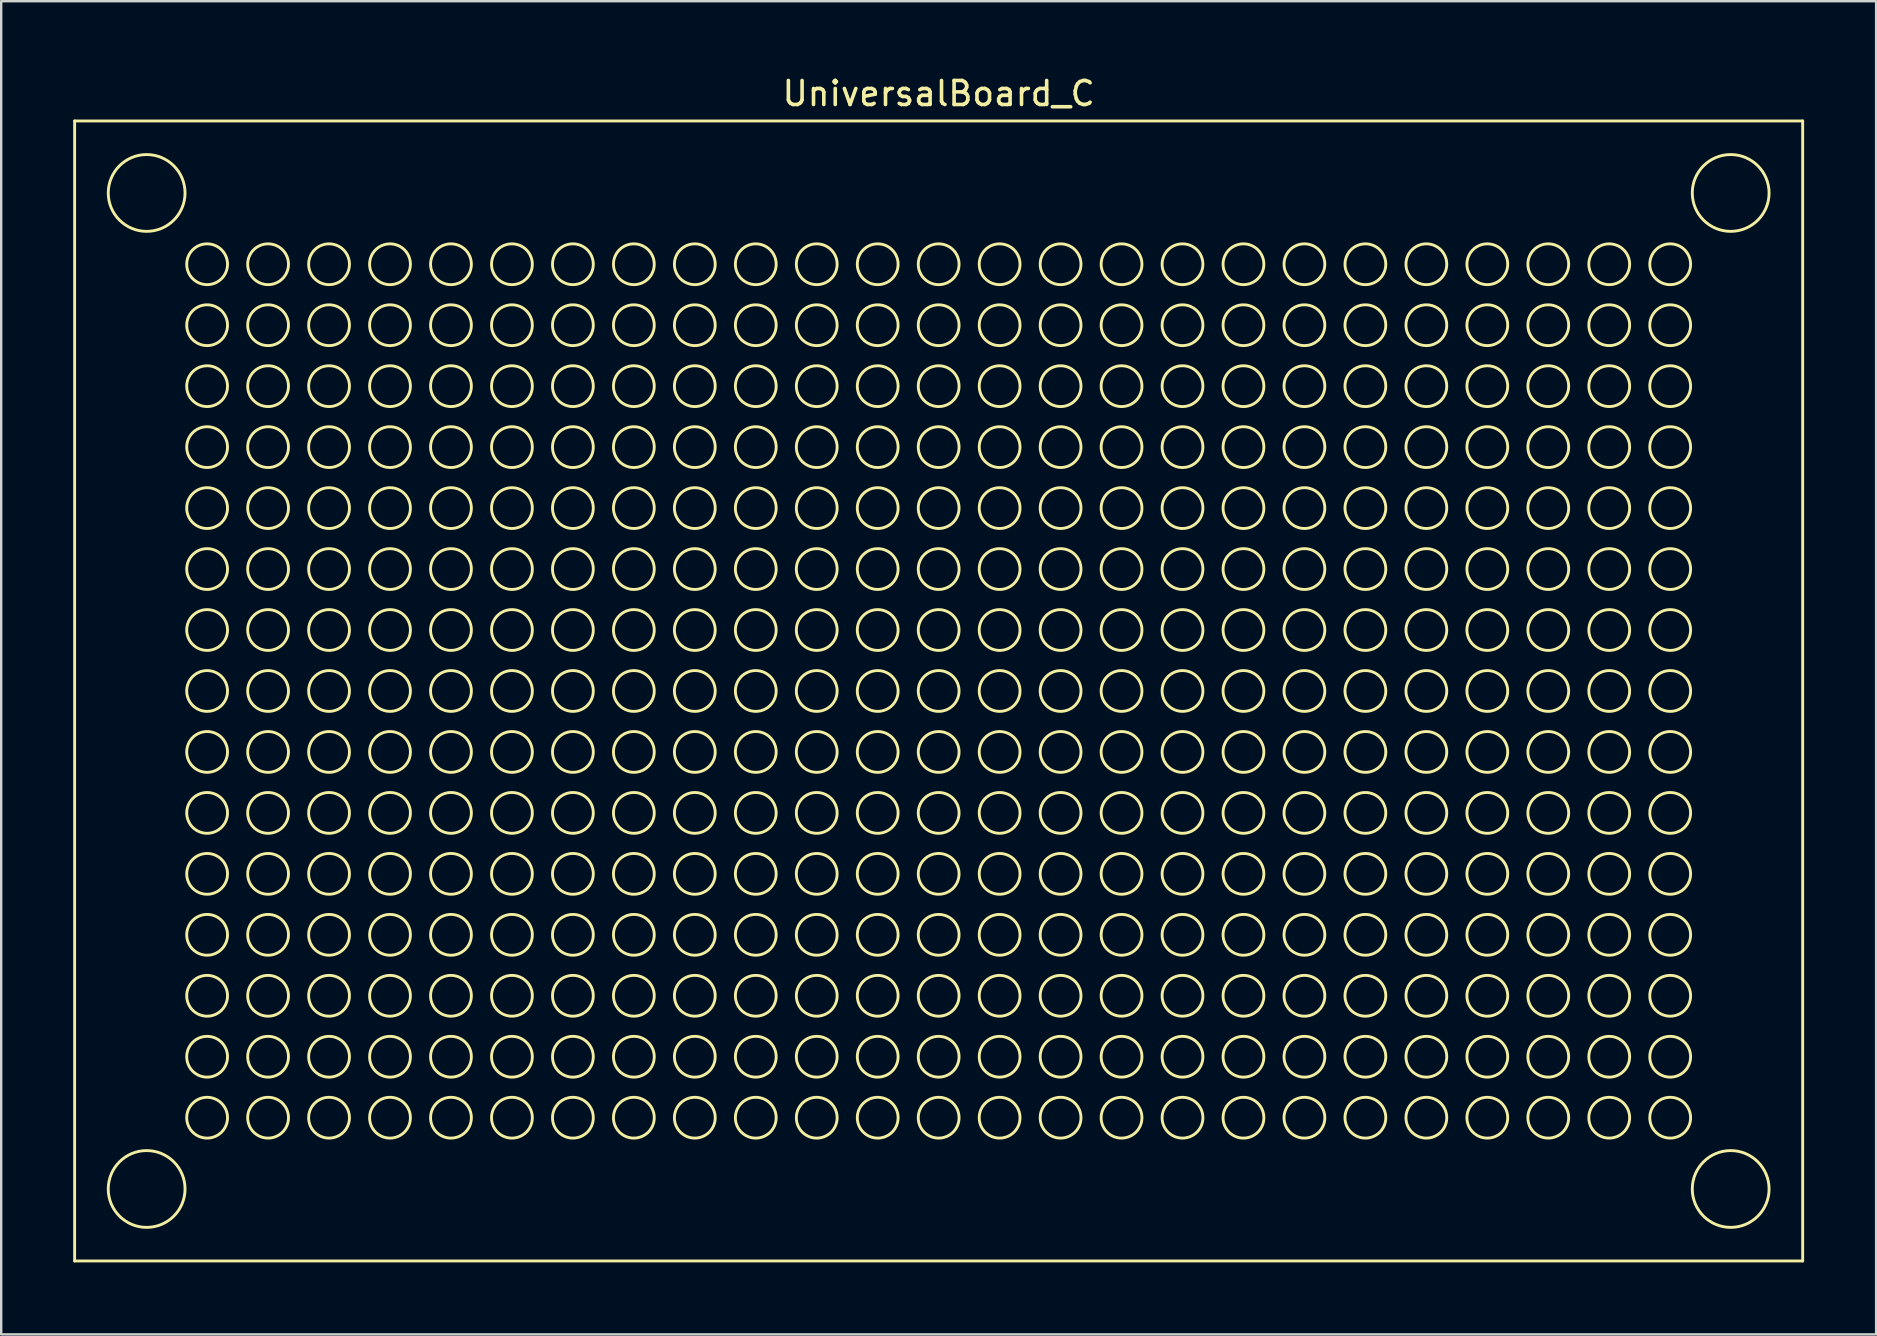
<source format=kicad_pcb>
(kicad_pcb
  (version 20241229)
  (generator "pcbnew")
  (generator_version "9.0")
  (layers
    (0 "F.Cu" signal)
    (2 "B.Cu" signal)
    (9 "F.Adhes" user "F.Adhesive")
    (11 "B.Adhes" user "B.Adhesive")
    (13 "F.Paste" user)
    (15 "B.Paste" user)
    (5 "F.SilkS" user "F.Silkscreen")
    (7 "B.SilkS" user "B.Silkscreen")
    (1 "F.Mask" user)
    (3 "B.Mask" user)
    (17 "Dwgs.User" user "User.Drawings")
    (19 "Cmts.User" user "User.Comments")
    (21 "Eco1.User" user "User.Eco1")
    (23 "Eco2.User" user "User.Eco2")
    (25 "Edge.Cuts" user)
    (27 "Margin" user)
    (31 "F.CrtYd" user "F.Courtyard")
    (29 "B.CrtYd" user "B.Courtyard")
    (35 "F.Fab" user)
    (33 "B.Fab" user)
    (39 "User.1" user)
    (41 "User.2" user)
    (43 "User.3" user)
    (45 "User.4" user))
  (footprint "UniversalBoard_C"
    (layer "F.Cu")
    (at 36.06 25.74)
    (property "Reference" "UniversalBoard_C" (at 0 -24.892 0) (layer "F.SilkS") (effects (font (size 1 1) (thickness 0.15))))
    (attr through_hole)
    (fp_line (start -36 -23.75) (end -36 23.75) (stroke (width 0.12) (type solid)) (layer "F.SilkS"))
    (fp_line (start -36 -23.75) (end 36 -23.75) (stroke (width 0.12) (type solid)) (layer "F.SilkS"))
    (fp_line (start -36 23.75) (end 36 23.75) (stroke (width 0.12) (type solid)) (layer "F.SilkS"))
    (fp_line (start 36 -23.75) (end 36 23.75) (stroke (width 0.12) (type solid)) (layer "F.SilkS"))
    (fp_circle (center -33 -20.75) (end -31.4 -20.75) (stroke (width 0.12) (type solid)) (fill no) (layer "F.SilkS"))
    (fp_circle (center -33 20.75) (end -31.4 20.75) (stroke (width 0.12) (type solid)) (fill no) (layer "F.SilkS"))
    (fp_circle (center -30.48 -17.78) (end -29.63 -17.78) (stroke (width 0.12) (type solid)) (fill no) (layer "F.SilkS"))
    (fp_circle (center -30.48 -15.24) (end -29.63 -15.24) (stroke (width 0.12) (type solid)) (fill no) (layer "F.SilkS"))
    (fp_circle (center -30.48 -12.7) (end -29.63 -12.7) (stroke (width 0.12) (type solid)) (fill no) (layer "F.SilkS"))
    (fp_circle (center -30.48 -10.16) (end -29.63 -10.16) (stroke (width 0.12) (type solid)) (fill no) (layer "F.SilkS"))
    (fp_circle (center -30.48 -7.62) (end -29.63 -7.62) (stroke (width 0.12) (type solid)) (fill no) (layer "F.SilkS"))
    (fp_circle (center -30.48 -5.08) (end -29.63 -5.08) (stroke (width 0.12) (type solid)) (fill no) (layer "F.SilkS"))
    (fp_circle (center -30.48 -2.54) (end -29.63 -2.54) (stroke (width 0.12) (type solid)) (fill no) (layer "F.SilkS"))
    (fp_circle (center -30.48 0) (end -29.63 0) (stroke (width 0.12) (type solid)) (fill no) (layer "F.SilkS"))
    (fp_circle (center -30.48 2.54) (end -29.63 2.54) (stroke (width 0.12) (type solid)) (fill no) (layer "F.SilkS"))
    (fp_circle (center -30.48 5.08) (end -29.63 5.08) (stroke (width 0.12) (type solid)) (fill no) (layer "F.SilkS"))
    (fp_circle (center -30.48 7.62) (end -29.63 7.62) (stroke (width 0.12) (type solid)) (fill no) (layer "F.SilkS"))
    (fp_circle (center -30.48 10.16) (end -29.63 10.16) (stroke (width 0.12) (type solid)) (fill no) (layer "F.SilkS"))
    (fp_circle (center -30.48 12.7) (end -29.63 12.7) (stroke (width 0.12) (type solid)) (fill no) (layer "F.SilkS"))
    (fp_circle (center -30.48 15.24) (end -29.63 15.24) (stroke (width 0.12) (type solid)) (fill no) (layer "F.SilkS"))
    (fp_circle (center -30.48 17.78) (end -29.63 17.78) (stroke (width 0.12) (type solid)) (fill no) (layer "F.SilkS"))
    (fp_circle (center -27.94 -17.78) (end -27.09 -17.78) (stroke (width 0.12) (type solid)) (fill no) (layer "F.SilkS"))
    (fp_circle (center -27.94 -15.24) (end -27.09 -15.24) (stroke (width 0.12) (type solid)) (fill no) (layer "F.SilkS"))
    (fp_circle (center -27.94 -12.7) (end -27.09 -12.7) (stroke (width 0.12) (type solid)) (fill no) (layer "F.SilkS"))
    (fp_circle (center -27.94 -10.16) (end -27.09 -10.16) (stroke (width 0.12) (type solid)) (fill no) (layer "F.SilkS"))
    (fp_circle (center -27.94 -7.62) (end -27.09 -7.62) (stroke (width 0.12) (type solid)) (fill no) (layer "F.SilkS"))
    (fp_circle (center -27.94 -5.08) (end -27.09 -5.08) (stroke (width 0.12) (type solid)) (fill no) (layer "F.SilkS"))
    (fp_circle (center -27.94 -2.54) (end -27.09 -2.54) (stroke (width 0.12) (type solid)) (fill no) (layer "F.SilkS"))
    (fp_circle (center -27.94 0) (end -27.09 0) (stroke (width 0.12) (type solid)) (fill no) (layer "F.SilkS"))
    (fp_circle (center -27.94 2.54) (end -27.09 2.54) (stroke (width 0.12) (type solid)) (fill no) (layer "F.SilkS"))
    (fp_circle (center -27.94 5.08) (end -27.09 5.08) (stroke (width 0.12) (type solid)) (fill no) (layer "F.SilkS"))
    (fp_circle (center -27.94 7.62) (end -27.09 7.62) (stroke (width 0.12) (type solid)) (fill no) (layer "F.SilkS"))
    (fp_circle (center -27.94 10.16) (end -27.09 10.16) (stroke (width 0.12) (type solid)) (fill no) (layer "F.SilkS"))
    (fp_circle (center -27.94 12.7) (end -27.09 12.7) (stroke (width 0.12) (type solid)) (fill no) (layer "F.SilkS"))
    (fp_circle (center -27.94 15.24) (end -27.09 15.24) (stroke (width 0.12) (type solid)) (fill no) (layer "F.SilkS"))
    (fp_circle (center -27.94 17.78) (end -27.09 17.78) (stroke (width 0.12) (type solid)) (fill no) (layer "F.SilkS"))
    (fp_circle (center -25.4 -17.78) (end -24.55 -17.78) (stroke (width 0.12) (type solid)) (fill no) (layer "F.SilkS"))
    (fp_circle (center -25.4 -15.24) (end -24.55 -15.24) (stroke (width 0.12) (type solid)) (fill no) (layer "F.SilkS"))
    (fp_circle (center -25.4 -12.7) (end -24.55 -12.7) (stroke (width 0.12) (type solid)) (fill no) (layer "F.SilkS"))
    (fp_circle (center -25.4 -10.16) (end -24.55 -10.16) (stroke (width 0.12) (type solid)) (fill no) (layer "F.SilkS"))
    (fp_circle (center -25.4 -7.62) (end -24.55 -7.62) (stroke (width 0.12) (type solid)) (fill no) (layer "F.SilkS"))
    (fp_circle (center -25.4 -5.08) (end -24.55 -5.08) (stroke (width 0.12) (type solid)) (fill no) (layer "F.SilkS"))
    (fp_circle (center -25.4 -2.54) (end -24.55 -2.54) (stroke (width 0.12) (type solid)) (fill no) (layer "F.SilkS"))
    (fp_circle (center -25.4 0) (end -24.55 0) (stroke (width 0.12) (type solid)) (fill no) (layer "F.SilkS"))
    (fp_circle (center -25.4 2.54) (end -24.55 2.54) (stroke (width 0.12) (type solid)) (fill no) (layer "F.SilkS"))
    (fp_circle (center -25.4 5.08) (end -24.55 5.08) (stroke (width 0.12) (type solid)) (fill no) (layer "F.SilkS"))
    (fp_circle (center -25.4 7.62) (end -24.55 7.62) (stroke (width 0.12) (type solid)) (fill no) (layer "F.SilkS"))
    (fp_circle (center -25.4 10.16) (end -24.55 10.16) (stroke (width 0.12) (type solid)) (fill no) (layer "F.SilkS"))
    (fp_circle (center -25.4 12.7) (end -24.55 12.7) (stroke (width 0.12) (type solid)) (fill no) (layer "F.SilkS"))
    (fp_circle (center -25.4 15.24) (end -24.55 15.24) (stroke (width 0.12) (type solid)) (fill no) (layer "F.SilkS"))
    (fp_circle (center -25.4 17.78) (end -24.55 17.78) (stroke (width 0.12) (type solid)) (fill no) (layer "F.SilkS"))
    (fp_circle (center -22.86 -17.78) (end -22.01 -17.78) (stroke (width 0.12) (type solid)) (fill no) (layer "F.SilkS"))
    (fp_circle (center -22.86 -15.24) (end -22.01 -15.24) (stroke (width 0.12) (type solid)) (fill no) (layer "F.SilkS"))
    (fp_circle (center -22.86 -12.7) (end -22.01 -12.7) (stroke (width 0.12) (type solid)) (fill no) (layer "F.SilkS"))
    (fp_circle (center -22.86 -10.16) (end -22.01 -10.16) (stroke (width 0.12) (type solid)) (fill no) (layer "F.SilkS"))
    (fp_circle (center -22.86 -7.62) (end -22.01 -7.62) (stroke (width 0.12) (type solid)) (fill no) (layer "F.SilkS"))
    (fp_circle (center -22.86 -5.08) (end -22.01 -5.08) (stroke (width 0.12) (type solid)) (fill no) (layer "F.SilkS"))
    (fp_circle (center -22.86 -2.54) (end -22.01 -2.54) (stroke (width 0.12) (type solid)) (fill no) (layer "F.SilkS"))
    (fp_circle (center -22.86 0) (end -22.01 0) (stroke (width 0.12) (type solid)) (fill no) (layer "F.SilkS"))
    (fp_circle (center -22.86 2.54) (end -22.01 2.54) (stroke (width 0.12) (type solid)) (fill no) (layer "F.SilkS"))
    (fp_circle (center -22.86 5.08) (end -22.01 5.08) (stroke (width 0.12) (type solid)) (fill no) (layer "F.SilkS"))
    (fp_circle (center -22.86 7.62) (end -22.01 7.62) (stroke (width 0.12) (type solid)) (fill no) (layer "F.SilkS"))
    (fp_circle (center -22.86 10.16) (end -22.01 10.16) (stroke (width 0.12) (type solid)) (fill no) (layer "F.SilkS"))
    (fp_circle (center -22.86 12.7) (end -22.01 12.7) (stroke (width 0.12) (type solid)) (fill no) (layer "F.SilkS"))
    (fp_circle (center -22.86 15.24) (end -22.01 15.24) (stroke (width 0.12) (type solid)) (fill no) (layer "F.SilkS"))
    (fp_circle (center -22.86 17.78) (end -22.01 17.78) (stroke (width 0.12) (type solid)) (fill no) (layer "F.SilkS"))
    (fp_circle (center -20.32 -17.78) (end -19.47 -17.78) (stroke (width 0.12) (type solid)) (fill no) (layer "F.SilkS"))
    (fp_circle (center -20.32 -15.24) (end -19.47 -15.24) (stroke (width 0.12) (type solid)) (fill no) (layer "F.SilkS"))
    (fp_circle (center -20.32 -12.7) (end -19.47 -12.7) (stroke (width 0.12) (type solid)) (fill no) (layer "F.SilkS"))
    (fp_circle (center -20.32 -10.16) (end -19.47 -10.16) (stroke (width 0.12) (type solid)) (fill no) (layer "F.SilkS"))
    (fp_circle (center -20.32 -7.62) (end -19.47 -7.62) (stroke (width 0.12) (type solid)) (fill no) (layer "F.SilkS"))
    (fp_circle (center -20.32 -5.08) (end -19.47 -5.08) (stroke (width 0.12) (type solid)) (fill no) (layer "F.SilkS"))
    (fp_circle (center -20.32 -2.54) (end -19.47 -2.54) (stroke (width 0.12) (type solid)) (fill no) (layer "F.SilkS"))
    (fp_circle (center -20.32 0) (end -19.47 0) (stroke (width 0.12) (type solid)) (fill no) (layer "F.SilkS"))
    (fp_circle (center -20.32 2.54) (end -19.47 2.54) (stroke (width 0.12) (type solid)) (fill no) (layer "F.SilkS"))
    (fp_circle (center -20.32 5.08) (end -19.47 5.08) (stroke (width 0.12) (type solid)) (fill no) (layer "F.SilkS"))
    (fp_circle (center -20.32 7.62) (end -19.47 7.62) (stroke (width 0.12) (type solid)) (fill no) (layer "F.SilkS"))
    (fp_circle (center -20.32 10.16) (end -19.47 10.16) (stroke (width 0.12) (type solid)) (fill no) (layer "F.SilkS"))
    (fp_circle (center -20.32 12.7) (end -19.47 12.7) (stroke (width 0.12) (type solid)) (fill no) (layer "F.SilkS"))
    (fp_circle (center -20.32 15.24) (end -19.47 15.24) (stroke (width 0.12) (type solid)) (fill no) (layer "F.SilkS"))
    (fp_circle (center -20.32 17.78) (end -19.47 17.78) (stroke (width 0.12) (type solid)) (fill no) (layer "F.SilkS"))
    (fp_circle (center -17.78 -17.78) (end -16.93 -17.78) (stroke (width 0.12) (type solid)) (fill no) (layer "F.SilkS"))
    (fp_circle (center -17.78 -15.24) (end -16.93 -15.24) (stroke (width 0.12) (type solid)) (fill no) (layer "F.SilkS"))
    (fp_circle (center -17.78 -12.7) (end -16.93 -12.7) (stroke (width 0.12) (type solid)) (fill no) (layer "F.SilkS"))
    (fp_circle (center -17.78 -10.16) (end -16.93 -10.16) (stroke (width 0.12) (type solid)) (fill no) (layer "F.SilkS"))
    (fp_circle (center -17.78 -7.62) (end -16.93 -7.62) (stroke (width 0.12) (type solid)) (fill no) (layer "F.SilkS"))
    (fp_circle (center -17.78 -5.08) (end -16.93 -5.08) (stroke (width 0.12) (type solid)) (fill no) (layer "F.SilkS"))
    (fp_circle (center -17.78 -2.54) (end -16.93 -2.54) (stroke (width 0.12) (type solid)) (fill no) (layer "F.SilkS"))
    (fp_circle (center -17.78 0) (end -16.93 0) (stroke (width 0.12) (type solid)) (fill no) (layer "F.SilkS"))
    (fp_circle (center -17.78 2.54) (end -16.93 2.54) (stroke (width 0.12) (type solid)) (fill no) (layer "F.SilkS"))
    (fp_circle (center -17.78 5.08) (end -16.93 5.08) (stroke (width 0.12) (type solid)) (fill no) (layer "F.SilkS"))
    (fp_circle (center -17.78 7.62) (end -16.93 7.62) (stroke (width 0.12) (type solid)) (fill no) (layer "F.SilkS"))
    (fp_circle (center -17.78 10.16) (end -16.93 10.16) (stroke (width 0.12) (type solid)) (fill no) (layer "F.SilkS"))
    (fp_circle (center -17.78 12.7) (end -16.93 12.7) (stroke (width 0.12) (type solid)) (fill no) (layer "F.SilkS"))
    (fp_circle (center -17.78 15.24) (end -16.93 15.24) (stroke (width 0.12) (type solid)) (fill no) (layer "F.SilkS"))
    (fp_circle (center -17.78 17.78) (end -16.93 17.78) (stroke (width 0.12) (type solid)) (fill no) (layer "F.SilkS"))
    (fp_circle (center -15.24 -17.78) (end -14.39 -17.78) (stroke (width 0.12) (type solid)) (fill no) (layer "F.SilkS"))
    (fp_circle (center -15.24 -15.24) (end -14.39 -15.24) (stroke (width 0.12) (type solid)) (fill no) (layer "F.SilkS"))
    (fp_circle (center -15.24 -12.7) (end -14.39 -12.7) (stroke (width 0.12) (type solid)) (fill no) (layer "F.SilkS"))
    (fp_circle (center -15.24 -10.16) (end -14.39 -10.16) (stroke (width 0.12) (type solid)) (fill no) (layer "F.SilkS"))
    (fp_circle (center -15.24 -7.62) (end -14.39 -7.62) (stroke (width 0.12) (type solid)) (fill no) (layer "F.SilkS"))
    (fp_circle (center -15.24 -5.08) (end -14.39 -5.08) (stroke (width 0.12) (type solid)) (fill no) (layer "F.SilkS"))
    (fp_circle (center -15.24 -2.54) (end -14.39 -2.54) (stroke (width 0.12) (type solid)) (fill no) (layer "F.SilkS"))
    (fp_circle (center -15.24 0) (end -14.39 0) (stroke (width 0.12) (type solid)) (fill no) (layer "F.SilkS"))
    (fp_circle (center -15.24 2.54) (end -14.39 2.54) (stroke (width 0.12) (type solid)) (fill no) (layer "F.SilkS"))
    (fp_circle (center -15.24 5.08) (end -14.39 5.08) (stroke (width 0.12) (type solid)) (fill no) (layer "F.SilkS"))
    (fp_circle (center -15.24 7.62) (end -14.39 7.62) (stroke (width 0.12) (type solid)) (fill no) (layer "F.SilkS"))
    (fp_circle (center -15.24 10.16) (end -14.39 10.16) (stroke (width 0.12) (type solid)) (fill no) (layer "F.SilkS"))
    (fp_circle (center -15.24 12.7) (end -14.39 12.7) (stroke (width 0.12) (type solid)) (fill no) (layer "F.SilkS"))
    (fp_circle (center -15.24 15.24) (end -14.39 15.24) (stroke (width 0.12) (type solid)) (fill no) (layer "F.SilkS"))
    (fp_circle (center -15.24 17.78) (end -14.39 17.78) (stroke (width 0.12) (type solid)) (fill no) (layer "F.SilkS"))
    (fp_circle (center -12.7 -17.78) (end -11.85 -17.78) (stroke (width 0.12) (type solid)) (fill no) (layer "F.SilkS"))
    (fp_circle (center -12.7 -15.24) (end -11.85 -15.24) (stroke (width 0.12) (type solid)) (fill no) (layer "F.SilkS"))
    (fp_circle (center -12.7 -12.7) (end -11.85 -12.7) (stroke (width 0.12) (type solid)) (fill no) (layer "F.SilkS"))
    (fp_circle (center -12.7 -10.16) (end -11.85 -10.16) (stroke (width 0.12) (type solid)) (fill no) (layer "F.SilkS"))
    (fp_circle (center -12.7 -7.62) (end -11.85 -7.62) (stroke (width 0.12) (type solid)) (fill no) (layer "F.SilkS"))
    (fp_circle (center -12.7 -5.08) (end -11.85 -5.08) (stroke (width 0.12) (type solid)) (fill no) (layer "F.SilkS"))
    (fp_circle (center -12.7 -2.54) (end -11.85 -2.54) (stroke (width 0.12) (type solid)) (fill no) (layer "F.SilkS"))
    (fp_circle (center -12.7 0) (end -11.85 0) (stroke (width 0.12) (type solid)) (fill no) (layer "F.SilkS"))
    (fp_circle (center -12.7 2.54) (end -11.85 2.54) (stroke (width 0.12) (type solid)) (fill no) (layer "F.SilkS"))
    (fp_circle (center -12.7 5.08) (end -11.85 5.08) (stroke (width 0.12) (type solid)) (fill no) (layer "F.SilkS"))
    (fp_circle (center -12.7 7.62) (end -11.85 7.62) (stroke (width 0.12) (type solid)) (fill no) (layer "F.SilkS"))
    (fp_circle (center -12.7 10.16) (end -11.85 10.16) (stroke (width 0.12) (type solid)) (fill no) (layer "F.SilkS"))
    (fp_circle (center -12.7 12.7) (end -11.85 12.7) (stroke (width 0.12) (type solid)) (fill no) (layer "F.SilkS"))
    (fp_circle (center -12.7 15.24) (end -11.85 15.24) (stroke (width 0.12) (type solid)) (fill no) (layer "F.SilkS"))
    (fp_circle (center -12.7 17.78) (end -11.85 17.78) (stroke (width 0.12) (type solid)) (fill no) (layer "F.SilkS"))
    (fp_circle (center -10.16 -17.78) (end -9.31 -17.78) (stroke (width 0.12) (type solid)) (fill no) (layer "F.SilkS"))
    (fp_circle (center -10.16 -15.24) (end -9.31 -15.24) (stroke (width 0.12) (type solid)) (fill no) (layer "F.SilkS"))
    (fp_circle (center -10.16 -12.7) (end -9.31 -12.7) (stroke (width 0.12) (type solid)) (fill no) (layer "F.SilkS"))
    (fp_circle (center -10.16 -10.16) (end -9.31 -10.16) (stroke (width 0.12) (type solid)) (fill no) (layer "F.SilkS"))
    (fp_circle (center -10.16 -7.62) (end -9.31 -7.62) (stroke (width 0.12) (type solid)) (fill no) (layer "F.SilkS"))
    (fp_circle (center -10.16 -5.08) (end -9.31 -5.08) (stroke (width 0.12) (type solid)) (fill no) (layer "F.SilkS"))
    (fp_circle (center -10.16 -2.54) (end -9.31 -2.54) (stroke (width 0.12) (type solid)) (fill no) (layer "F.SilkS"))
    (fp_circle (center -10.16 0) (end -9.31 0) (stroke (width 0.12) (type solid)) (fill no) (layer "F.SilkS"))
    (fp_circle (center -10.16 2.54) (end -9.31 2.54) (stroke (width 0.12) (type solid)) (fill no) (layer "F.SilkS"))
    (fp_circle (center -10.16 5.08) (end -9.31 5.08) (stroke (width 0.12) (type solid)) (fill no) (layer "F.SilkS"))
    (fp_circle (center -10.16 7.62) (end -9.31 7.62) (stroke (width 0.12) (type solid)) (fill no) (layer "F.SilkS"))
    (fp_circle (center -10.16 10.16) (end -9.31 10.16) (stroke (width 0.12) (type solid)) (fill no) (layer "F.SilkS"))
    (fp_circle (center -10.16 12.7) (end -9.31 12.7) (stroke (width 0.12) (type solid)) (fill no) (layer "F.SilkS"))
    (fp_circle (center -10.16 15.24) (end -9.31 15.24) (stroke (width 0.12) (type solid)) (fill no) (layer "F.SilkS"))
    (fp_circle (center -10.16 17.78) (end -9.31 17.78) (stroke (width 0.12) (type solid)) (fill no) (layer "F.SilkS"))
    (fp_circle (center -7.62 -17.78) (end -6.77 -17.78) (stroke (width 0.12) (type solid)) (fill no) (layer "F.SilkS"))
    (fp_circle (center -7.62 -15.24) (end -6.77 -15.24) (stroke (width 0.12) (type solid)) (fill no) (layer "F.SilkS"))
    (fp_circle (center -7.62 -12.7) (end -6.77 -12.7) (stroke (width 0.12) (type solid)) (fill no) (layer "F.SilkS"))
    (fp_circle (center -7.62 -10.16) (end -6.77 -10.16) (stroke (width 0.12) (type solid)) (fill no) (layer "F.SilkS"))
    (fp_circle (center -7.62 -7.62) (end -6.77 -7.62) (stroke (width 0.12) (type solid)) (fill no) (layer "F.SilkS"))
    (fp_circle (center -7.62 -5.08) (end -6.77 -5.08) (stroke (width 0.12) (type solid)) (fill no) (layer "F.SilkS"))
    (fp_circle (center -7.62 -2.54) (end -6.77 -2.54) (stroke (width 0.12) (type solid)) (fill no) (layer "F.SilkS"))
    (fp_circle (center -7.62 0) (end -6.77 0) (stroke (width 0.12) (type solid)) (fill no) (layer "F.SilkS"))
    (fp_circle (center -7.62 2.54) (end -6.77 2.54) (stroke (width 0.12) (type solid)) (fill no) (layer "F.SilkS"))
    (fp_circle (center -7.62 5.08) (end -6.77 5.08) (stroke (width 0.12) (type solid)) (fill no) (layer "F.SilkS"))
    (fp_circle (center -7.62 7.62) (end -6.77 7.62) (stroke (width 0.12) (type solid)) (fill no) (layer "F.SilkS"))
    (fp_circle (center -7.62 10.16) (end -6.77 10.16) (stroke (width 0.12) (type solid)) (fill no) (layer "F.SilkS"))
    (fp_circle (center -7.62 12.7) (end -6.77 12.7) (stroke (width 0.12) (type solid)) (fill no) (layer "F.SilkS"))
    (fp_circle (center -7.62 15.24) (end -6.77 15.24) (stroke (width 0.12) (type solid)) (fill no) (layer "F.SilkS"))
    (fp_circle (center -7.62 17.78) (end -6.77 17.78) (stroke (width 0.12) (type solid)) (fill no) (layer "F.SilkS"))
    (fp_circle (center -5.08 -17.78) (end -4.23 -17.78) (stroke (width 0.12) (type solid)) (fill no) (layer "F.SilkS"))
    (fp_circle (center -5.08 -15.24) (end -4.23 -15.24) (stroke (width 0.12) (type solid)) (fill no) (layer "F.SilkS"))
    (fp_circle (center -5.08 -12.7) (end -4.23 -12.7) (stroke (width 0.12) (type solid)) (fill no) (layer "F.SilkS"))
    (fp_circle (center -5.08 -10.16) (end -4.23 -10.16) (stroke (width 0.12) (type solid)) (fill no) (layer "F.SilkS"))
    (fp_circle (center -5.08 -7.62) (end -4.23 -7.62) (stroke (width 0.12) (type solid)) (fill no) (layer "F.SilkS"))
    (fp_circle (center -5.08 -5.08) (end -4.23 -5.08) (stroke (width 0.12) (type solid)) (fill no) (layer "F.SilkS"))
    (fp_circle (center -5.08 -2.54) (end -4.23 -2.54) (stroke (width 0.12) (type solid)) (fill no) (layer "F.SilkS"))
    (fp_circle (center -5.08 0) (end -4.23 0) (stroke (width 0.12) (type solid)) (fill no) (layer "F.SilkS"))
    (fp_circle (center -5.08 2.54) (end -4.23 2.54) (stroke (width 0.12) (type solid)) (fill no) (layer "F.SilkS"))
    (fp_circle (center -5.08 5.08) (end -4.23 5.08) (stroke (width 0.12) (type solid)) (fill no) (layer "F.SilkS"))
    (fp_circle (center -5.08 7.62) (end -4.23 7.62) (stroke (width 0.12) (type solid)) (fill no) (layer "F.SilkS"))
    (fp_circle (center -5.08 10.16) (end -4.23 10.16) (stroke (width 0.12) (type solid)) (fill no) (layer "F.SilkS"))
    (fp_circle (center -5.08 12.7) (end -4.23 12.7) (stroke (width 0.12) (type solid)) (fill no) (layer "F.SilkS"))
    (fp_circle (center -5.08 15.24) (end -4.23 15.24) (stroke (width 0.12) (type solid)) (fill no) (layer "F.SilkS"))
    (fp_circle (center -5.08 17.78) (end -4.23 17.78) (stroke (width 0.12) (type solid)) (fill no) (layer "F.SilkS"))
    (fp_circle (center -2.54 -17.78) (end -1.69 -17.78) (stroke (width 0.12) (type solid)) (fill no) (layer "F.SilkS"))
    (fp_circle (center -2.54 -15.24) (end -1.69 -15.24) (stroke (width 0.12) (type solid)) (fill no) (layer "F.SilkS"))
    (fp_circle (center -2.54 -12.7) (end -1.69 -12.7) (stroke (width 0.12) (type solid)) (fill no) (layer "F.SilkS"))
    (fp_circle (center -2.54 -10.16) (end -1.69 -10.16) (stroke (width 0.12) (type solid)) (fill no) (layer "F.SilkS"))
    (fp_circle (center -2.54 -7.62) (end -1.69 -7.62) (stroke (width 0.12) (type solid)) (fill no) (layer "F.SilkS"))
    (fp_circle (center -2.54 -5.08) (end -1.69 -5.08) (stroke (width 0.12) (type solid)) (fill no) (layer "F.SilkS"))
    (fp_circle (center -2.54 -2.54) (end -1.69 -2.54) (stroke (width 0.12) (type solid)) (fill no) (layer "F.SilkS"))
    (fp_circle (center -2.54 0) (end -1.69 0) (stroke (width 0.12) (type solid)) (fill no) (layer "F.SilkS"))
    (fp_circle (center -2.54 2.54) (end -1.69 2.54) (stroke (width 0.12) (type solid)) (fill no) (layer "F.SilkS"))
    (fp_circle (center -2.54 5.08) (end -1.69 5.08) (stroke (width 0.12) (type solid)) (fill no) (layer "F.SilkS"))
    (fp_circle (center -2.54 7.62) (end -1.69 7.62) (stroke (width 0.12) (type solid)) (fill no) (layer "F.SilkS"))
    (fp_circle (center -2.54 10.16) (end -1.69 10.16) (stroke (width 0.12) (type solid)) (fill no) (layer "F.SilkS"))
    (fp_circle (center -2.54 12.7) (end -1.69 12.7) (stroke (width 0.12) (type solid)) (fill no) (layer "F.SilkS"))
    (fp_circle (center -2.54 15.24) (end -1.69 15.24) (stroke (width 0.12) (type solid)) (fill no) (layer "F.SilkS"))
    (fp_circle (center -2.54 17.78) (end -1.69 17.78) (stroke (width 0.12) (type solid)) (fill no) (layer "F.SilkS"))
    (fp_circle (center 0 -17.78) (end 0.85 -17.78) (stroke (width 0.12) (type solid)) (fill no) (layer "F.SilkS"))
    (fp_circle (center 0 -15.24) (end 0.85 -15.24) (stroke (width 0.12) (type solid)) (fill no) (layer "F.SilkS"))
    (fp_circle (center 0 -12.7) (end 0.85 -12.7) (stroke (width 0.12) (type solid)) (fill no) (layer "F.SilkS"))
    (fp_circle (center 0 -10.16) (end 0.85 -10.16) (stroke (width 0.12) (type solid)) (fill no) (layer "F.SilkS"))
    (fp_circle (center 0 -7.62) (end 0.85 -7.62) (stroke (width 0.12) (type solid)) (fill no) (layer "F.SilkS"))
    (fp_circle (center 0 -5.08) (end 0.85 -5.08) (stroke (width 0.12) (type solid)) (fill no) (layer "F.SilkS"))
    (fp_circle (center 0 -2.54) (end 0.85 -2.54) (stroke (width 0.12) (type solid)) (fill no) (layer "F.SilkS"))
    (fp_circle (center 0 0) (end 0.85 0) (stroke (width 0.12) (type solid)) (fill no) (layer "F.SilkS"))
    (fp_circle (center 0 2.54) (end 0.85 2.54) (stroke (width 0.12) (type solid)) (fill no) (layer "F.SilkS"))
    (fp_circle (center 0 5.08) (end 0.85 5.08) (stroke (width 0.12) (type solid)) (fill no) (layer "F.SilkS"))
    (fp_circle (center 0 7.62) (end 0.85 7.62) (stroke (width 0.12) (type solid)) (fill no) (layer "F.SilkS"))
    (fp_circle (center 0 10.16) (end 0.85 10.16) (stroke (width 0.12) (type solid)) (fill no) (layer "F.SilkS"))
    (fp_circle (center 0 12.7) (end 0.85 12.7) (stroke (width 0.12) (type solid)) (fill no) (layer "F.SilkS"))
    (fp_circle (center 0 15.24) (end 0.85 15.24) (stroke (width 0.12) (type solid)) (fill no) (layer "F.SilkS"))
    (fp_circle (center 0 17.78) (end 0.85 17.78) (stroke (width 0.12) (type solid)) (fill no) (layer "F.SilkS"))
    (fp_circle (center 2.54 -17.78) (end 3.39 -17.78) (stroke (width 0.12) (type solid)) (fill no) (layer "F.SilkS"))
    (fp_circle (center 2.54 -15.24) (end 3.39 -15.24) (stroke (width 0.12) (type solid)) (fill no) (layer "F.SilkS"))
    (fp_circle (center 2.54 -12.7) (end 3.39 -12.7) (stroke (width 0.12) (type solid)) (fill no) (layer "F.SilkS"))
    (fp_circle (center 2.54 -10.16) (end 3.39 -10.16) (stroke (width 0.12) (type solid)) (fill no) (layer "F.SilkS"))
    (fp_circle (center 2.54 -7.62) (end 3.39 -7.62) (stroke (width 0.12) (type solid)) (fill no) (layer "F.SilkS"))
    (fp_circle (center 2.54 -5.08) (end 3.39 -5.08) (stroke (width 0.12) (type solid)) (fill no) (layer "F.SilkS"))
    (fp_circle (center 2.54 -2.54) (end 3.39 -2.54) (stroke (width 0.12) (type solid)) (fill no) (layer "F.SilkS"))
    (fp_circle (center 2.54 0) (end 3.39 0) (stroke (width 0.12) (type solid)) (fill no) (layer "F.SilkS"))
    (fp_circle (center 2.54 2.54) (end 3.39 2.54) (stroke (width 0.12) (type solid)) (fill no) (layer "F.SilkS"))
    (fp_circle (center 2.54 5.08) (end 3.39 5.08) (stroke (width 0.12) (type solid)) (fill no) (layer "F.SilkS"))
    (fp_circle (center 2.54 7.62) (end 3.39 7.62) (stroke (width 0.12) (type solid)) (fill no) (layer "F.SilkS"))
    (fp_circle (center 2.54 10.16) (end 3.39 10.16) (stroke (width 0.12) (type solid)) (fill no) (layer "F.SilkS"))
    (fp_circle (center 2.54 12.7) (end 3.39 12.7) (stroke (width 0.12) (type solid)) (fill no) (layer "F.SilkS"))
    (fp_circle (center 2.54 15.24) (end 3.39 15.24) (stroke (width 0.12) (type solid)) (fill no) (layer "F.SilkS"))
    (fp_circle (center 2.54 17.78) (end 3.39 17.78) (stroke (width 0.12) (type solid)) (fill no) (layer "F.SilkS"))
    (fp_circle (center 5.08 -17.78) (end 5.93 -17.78) (stroke (width 0.12) (type solid)) (fill no) (layer "F.SilkS"))
    (fp_circle (center 5.08 -15.24) (end 5.93 -15.24) (stroke (width 0.12) (type solid)) (fill no) (layer "F.SilkS"))
    (fp_circle (center 5.08 -12.7) (end 5.93 -12.7) (stroke (width 0.12) (type solid)) (fill no) (layer "F.SilkS"))
    (fp_circle (center 5.08 -10.16) (end 5.93 -10.16) (stroke (width 0.12) (type solid)) (fill no) (layer "F.SilkS"))
    (fp_circle (center 5.08 -7.62) (end 5.93 -7.62) (stroke (width 0.12) (type solid)) (fill no) (layer "F.SilkS"))
    (fp_circle (center 5.08 -5.08) (end 5.93 -5.08) (stroke (width 0.12) (type solid)) (fill no) (layer "F.SilkS"))
    (fp_circle (center 5.08 -2.54) (end 5.93 -2.54) (stroke (width 0.12) (type solid)) (fill no) (layer "F.SilkS"))
    (fp_circle (center 5.08 0) (end 5.93 0) (stroke (width 0.12) (type solid)) (fill no) (layer "F.SilkS"))
    (fp_circle (center 5.08 2.54) (end 5.93 2.54) (stroke (width 0.12) (type solid)) (fill no) (layer "F.SilkS"))
    (fp_circle (center 5.08 5.08) (end 5.93 5.08) (stroke (width 0.12) (type solid)) (fill no) (layer "F.SilkS"))
    (fp_circle (center 5.08 7.62) (end 5.93 7.62) (stroke (width 0.12) (type solid)) (fill no) (layer "F.SilkS"))
    (fp_circle (center 5.08 10.16) (end 5.93 10.16) (stroke (width 0.12) (type solid)) (fill no) (layer "F.SilkS"))
    (fp_circle (center 5.08 12.7) (end 5.93 12.7) (stroke (width 0.12) (type solid)) (fill no) (layer "F.SilkS"))
    (fp_circle (center 5.08 15.24) (end 5.93 15.24) (stroke (width 0.12) (type solid)) (fill no) (layer "F.SilkS"))
    (fp_circle (center 5.08 17.78) (end 5.93 17.78) (stroke (width 0.12) (type solid)) (fill no) (layer "F.SilkS"))
    (fp_circle (center 7.62 -17.78) (end 8.47 -17.78) (stroke (width 0.12) (type solid)) (fill no) (layer "F.SilkS"))
    (fp_circle (center 7.62 -15.24) (end 8.47 -15.24) (stroke (width 0.12) (type solid)) (fill no) (layer "F.SilkS"))
    (fp_circle (center 7.62 -12.7) (end 8.47 -12.7) (stroke (width 0.12) (type solid)) (fill no) (layer "F.SilkS"))
    (fp_circle (center 7.62 -10.16) (end 8.47 -10.16) (stroke (width 0.12) (type solid)) (fill no) (layer "F.SilkS"))
    (fp_circle (center 7.62 -7.62) (end 8.47 -7.62) (stroke (width 0.12) (type solid)) (fill no) (layer "F.SilkS"))
    (fp_circle (center 7.62 -5.08) (end 8.47 -5.08) (stroke (width 0.12) (type solid)) (fill no) (layer "F.SilkS"))
    (fp_circle (center 7.62 -2.54) (end 8.47 -2.54) (stroke (width 0.12) (type solid)) (fill no) (layer "F.SilkS"))
    (fp_circle (center 7.62 0) (end 8.47 0) (stroke (width 0.12) (type solid)) (fill no) (layer "F.SilkS"))
    (fp_circle (center 7.62 2.54) (end 8.47 2.54) (stroke (width 0.12) (type solid)) (fill no) (layer "F.SilkS"))
    (fp_circle (center 7.62 5.08) (end 8.47 5.08) (stroke (width 0.12) (type solid)) (fill no) (layer "F.SilkS"))
    (fp_circle (center 7.62 7.62) (end 8.47 7.62) (stroke (width 0.12) (type solid)) (fill no) (layer "F.SilkS"))
    (fp_circle (center 7.62 10.16) (end 8.47 10.16) (stroke (width 0.12) (type solid)) (fill no) (layer "F.SilkS"))
    (fp_circle (center 7.62 12.7) (end 8.47 12.7) (stroke (width 0.12) (type solid)) (fill no) (layer "F.SilkS"))
    (fp_circle (center 7.62 15.24) (end 8.47 15.24) (stroke (width 0.12) (type solid)) (fill no) (layer "F.SilkS"))
    (fp_circle (center 7.62 17.78) (end 8.47 17.78) (stroke (width 0.12) (type solid)) (fill no) (layer "F.SilkS"))
    (fp_circle (center 10.16 -17.78) (end 11.01 -17.78) (stroke (width 0.12) (type solid)) (fill no) (layer "F.SilkS"))
    (fp_circle (center 10.16 -15.24) (end 11.01 -15.24) (stroke (width 0.12) (type solid)) (fill no) (layer "F.SilkS"))
    (fp_circle (center 10.16 -12.7) (end 11.01 -12.7) (stroke (width 0.12) (type solid)) (fill no) (layer "F.SilkS"))
    (fp_circle (center 10.16 -10.16) (end 11.01 -10.16) (stroke (width 0.12) (type solid)) (fill no) (layer "F.SilkS"))
    (fp_circle (center 10.16 -7.62) (end 11.01 -7.62) (stroke (width 0.12) (type solid)) (fill no) (layer "F.SilkS"))
    (fp_circle (center 10.16 -5.08) (end 11.01 -5.08) (stroke (width 0.12) (type solid)) (fill no) (layer "F.SilkS"))
    (fp_circle (center 10.16 -2.54) (end 11.01 -2.54) (stroke (width 0.12) (type solid)) (fill no) (layer "F.SilkS"))
    (fp_circle (center 10.16 0) (end 11.01 0) (stroke (width 0.12) (type solid)) (fill no) (layer "F.SilkS"))
    (fp_circle (center 10.16 2.54) (end 11.01 2.54) (stroke (width 0.12) (type solid)) (fill no) (layer "F.SilkS"))
    (fp_circle (center 10.16 5.08) (end 11.01 5.08) (stroke (width 0.12) (type solid)) (fill no) (layer "F.SilkS"))
    (fp_circle (center 10.16 7.62) (end 11.01 7.62) (stroke (width 0.12) (type solid)) (fill no) (layer "F.SilkS"))
    (fp_circle (center 10.16 10.16) (end 11.01 10.16) (stroke (width 0.12) (type solid)) (fill no) (layer "F.SilkS"))
    (fp_circle (center 10.16 12.7) (end 11.01 12.7) (stroke (width 0.12) (type solid)) (fill no) (layer "F.SilkS"))
    (fp_circle (center 10.16 15.24) (end 11.01 15.24) (stroke (width 0.12) (type solid)) (fill no) (layer "F.SilkS"))
    (fp_circle (center 10.16 17.78) (end 11.01 17.78) (stroke (width 0.12) (type solid)) (fill no) (layer "F.SilkS"))
    (fp_circle (center 12.7 -17.78) (end 13.55 -17.78) (stroke (width 0.12) (type solid)) (fill no) (layer "F.SilkS"))
    (fp_circle (center 12.7 -15.24) (end 13.55 -15.24) (stroke (width 0.12) (type solid)) (fill no) (layer "F.SilkS"))
    (fp_circle (center 12.7 -12.7) (end 13.55 -12.7) (stroke (width 0.12) (type solid)) (fill no) (layer "F.SilkS"))
    (fp_circle (center 12.7 -10.16) (end 13.55 -10.16) (stroke (width 0.12) (type solid)) (fill no) (layer "F.SilkS"))
    (fp_circle (center 12.7 -7.62) (end 13.55 -7.62) (stroke (width 0.12) (type solid)) (fill no) (layer "F.SilkS"))
    (fp_circle (center 12.7 -5.08) (end 13.55 -5.08) (stroke (width 0.12) (type solid)) (fill no) (layer "F.SilkS"))
    (fp_circle (center 12.7 -2.54) (end 13.55 -2.54) (stroke (width 0.12) (type solid)) (fill no) (layer "F.SilkS"))
    (fp_circle (center 12.7 0) (end 13.55 0) (stroke (width 0.12) (type solid)) (fill no) (layer "F.SilkS"))
    (fp_circle (center 12.7 2.54) (end 13.55 2.54) (stroke (width 0.12) (type solid)) (fill no) (layer "F.SilkS"))
    (fp_circle (center 12.7 5.08) (end 13.55 5.08) (stroke (width 0.12) (type solid)) (fill no) (layer "F.SilkS"))
    (fp_circle (center 12.7 7.62) (end 13.55 7.62) (stroke (width 0.12) (type solid)) (fill no) (layer "F.SilkS"))
    (fp_circle (center 12.7 10.16) (end 13.55 10.16) (stroke (width 0.12) (type solid)) (fill no) (layer "F.SilkS"))
    (fp_circle (center 12.7 12.7) (end 13.55 12.7) (stroke (width 0.12) (type solid)) (fill no) (layer "F.SilkS"))
    (fp_circle (center 12.7 15.24) (end 13.55 15.24) (stroke (width 0.12) (type solid)) (fill no) (layer "F.SilkS"))
    (fp_circle (center 12.7 17.78) (end 13.55 17.78) (stroke (width 0.12) (type solid)) (fill no) (layer "F.SilkS"))
    (fp_circle (center 15.24 -17.78) (end 16.09 -17.78) (stroke (width 0.12) (type solid)) (fill no) (layer "F.SilkS"))
    (fp_circle (center 15.24 -15.24) (end 16.09 -15.24) (stroke (width 0.12) (type solid)) (fill no) (layer "F.SilkS"))
    (fp_circle (center 15.24 -12.7) (end 16.09 -12.7) (stroke (width 0.12) (type solid)) (fill no) (layer "F.SilkS"))
    (fp_circle (center 15.24 -10.16) (end 16.09 -10.16) (stroke (width 0.12) (type solid)) (fill no) (layer "F.SilkS"))
    (fp_circle (center 15.24 -7.62) (end 16.09 -7.62) (stroke (width 0.12) (type solid)) (fill no) (layer "F.SilkS"))
    (fp_circle (center 15.24 -5.08) (end 16.09 -5.08) (stroke (width 0.12) (type solid)) (fill no) (layer "F.SilkS"))
    (fp_circle (center 15.24 -2.54) (end 16.09 -2.54) (stroke (width 0.12) (type solid)) (fill no) (layer "F.SilkS"))
    (fp_circle (center 15.24 0) (end 16.09 0) (stroke (width 0.12) (type solid)) (fill no) (layer "F.SilkS"))
    (fp_circle (center 15.24 2.54) (end 16.09 2.54) (stroke (width 0.12) (type solid)) (fill no) (layer "F.SilkS"))
    (fp_circle (center 15.24 5.08) (end 16.09 5.08) (stroke (width 0.12) (type solid)) (fill no) (layer "F.SilkS"))
    (fp_circle (center 15.24 7.62) (end 16.09 7.62) (stroke (width 0.12) (type solid)) (fill no) (layer "F.SilkS"))
    (fp_circle (center 15.24 10.16) (end 16.09 10.16) (stroke (width 0.12) (type solid)) (fill no) (layer "F.SilkS"))
    (fp_circle (center 15.24 12.7) (end 16.09 12.7) (stroke (width 0.12) (type solid)) (fill no) (layer "F.SilkS"))
    (fp_circle (center 15.24 15.24) (end 16.09 15.24) (stroke (width 0.12) (type solid)) (fill no) (layer "F.SilkS"))
    (fp_circle (center 15.24 17.78) (end 16.09 17.78) (stroke (width 0.12) (type solid)) (fill no) (layer "F.SilkS"))
    (fp_circle (center 17.78 -17.78) (end 18.63 -17.78) (stroke (width 0.12) (type solid)) (fill no) (layer "F.SilkS"))
    (fp_circle (center 17.78 -15.24) (end 18.63 -15.24) (stroke (width 0.12) (type solid)) (fill no) (layer "F.SilkS"))
    (fp_circle (center 17.78 -12.7) (end 18.63 -12.7) (stroke (width 0.12) (type solid)) (fill no) (layer "F.SilkS"))
    (fp_circle (center 17.78 -10.16) (end 18.63 -10.16) (stroke (width 0.12) (type solid)) (fill no) (layer "F.SilkS"))
    (fp_circle (center 17.78 -7.62) (end 18.63 -7.62) (stroke (width 0.12) (type solid)) (fill no) (layer "F.SilkS"))
    (fp_circle (center 17.78 -5.08) (end 18.63 -5.08) (stroke (width 0.12) (type solid)) (fill no) (layer "F.SilkS"))
    (fp_circle (center 17.78 -2.54) (end 18.63 -2.54) (stroke (width 0.12) (type solid)) (fill no) (layer "F.SilkS"))
    (fp_circle (center 17.78 0) (end 18.63 0) (stroke (width 0.12) (type solid)) (fill no) (layer "F.SilkS"))
    (fp_circle (center 17.78 2.54) (end 18.63 2.54) (stroke (width 0.12) (type solid)) (fill no) (layer "F.SilkS"))
    (fp_circle (center 17.78 5.08) (end 18.63 5.08) (stroke (width 0.12) (type solid)) (fill no) (layer "F.SilkS"))
    (fp_circle (center 17.78 7.62) (end 18.63 7.62) (stroke (width 0.12) (type solid)) (fill no) (layer "F.SilkS"))
    (fp_circle (center 17.78 10.16) (end 18.63 10.16) (stroke (width 0.12) (type solid)) (fill no) (layer "F.SilkS"))
    (fp_circle (center 17.78 12.7) (end 18.63 12.7) (stroke (width 0.12) (type solid)) (fill no) (layer "F.SilkS"))
    (fp_circle (center 17.78 15.24) (end 18.63 15.24) (stroke (width 0.12) (type solid)) (fill no) (layer "F.SilkS"))
    (fp_circle (center 17.78 17.78) (end 18.63 17.78) (stroke (width 0.12) (type solid)) (fill no) (layer "F.SilkS"))
    (fp_circle (center 20.32 -17.78) (end 21.17 -17.78) (stroke (width 0.12) (type solid)) (fill no) (layer "F.SilkS"))
    (fp_circle (center 20.32 -15.24) (end 21.17 -15.24) (stroke (width 0.12) (type solid)) (fill no) (layer "F.SilkS"))
    (fp_circle (center 20.32 -12.7) (end 21.17 -12.7) (stroke (width 0.12) (type solid)) (fill no) (layer "F.SilkS"))
    (fp_circle (center 20.32 -10.16) (end 21.17 -10.16) (stroke (width 0.12) (type solid)) (fill no) (layer "F.SilkS"))
    (fp_circle (center 20.32 -7.62) (end 21.17 -7.62) (stroke (width 0.12) (type solid)) (fill no) (layer "F.SilkS"))
    (fp_circle (center 20.32 -5.08) (end 21.17 -5.08) (stroke (width 0.12) (type solid)) (fill no) (layer "F.SilkS"))
    (fp_circle (center 20.32 -2.54) (end 21.17 -2.54) (stroke (width 0.12) (type solid)) (fill no) (layer "F.SilkS"))
    (fp_circle (center 20.32 0) (end 21.17 0) (stroke (width 0.12) (type solid)) (fill no) (layer "F.SilkS"))
    (fp_circle (center 20.32 2.54) (end 21.17 2.54) (stroke (width 0.12) (type solid)) (fill no) (layer "F.SilkS"))
    (fp_circle (center 20.32 5.08) (end 21.17 5.08) (stroke (width 0.12) (type solid)) (fill no) (layer "F.SilkS"))
    (fp_circle (center 20.32 7.62) (end 21.17 7.62) (stroke (width 0.12) (type solid)) (fill no) (layer "F.SilkS"))
    (fp_circle (center 20.32 10.16) (end 21.17 10.16) (stroke (width 0.12) (type solid)) (fill no) (layer "F.SilkS"))
    (fp_circle (center 20.32 12.7) (end 21.17 12.7) (stroke (width 0.12) (type solid)) (fill no) (layer "F.SilkS"))
    (fp_circle (center 20.32 15.24) (end 21.17 15.24) (stroke (width 0.12) (type solid)) (fill no) (layer "F.SilkS"))
    (fp_circle (center 20.32 17.78) (end 21.17 17.78) (stroke (width 0.12) (type solid)) (fill no) (layer "F.SilkS"))
    (fp_circle (center 22.86 -17.78) (end 23.71 -17.78) (stroke (width 0.12) (type solid)) (fill no) (layer "F.SilkS"))
    (fp_circle (center 22.86 -15.24) (end 23.71 -15.24) (stroke (width 0.12) (type solid)) (fill no) (layer "F.SilkS"))
    (fp_circle (center 22.86 -12.7) (end 23.71 -12.7) (stroke (width 0.12) (type solid)) (fill no) (layer "F.SilkS"))
    (fp_circle (center 22.86 -10.16) (end 23.71 -10.16) (stroke (width 0.12) (type solid)) (fill no) (layer "F.SilkS"))
    (fp_circle (center 22.86 -7.62) (end 23.71 -7.62) (stroke (width 0.12) (type solid)) (fill no) (layer "F.SilkS"))
    (fp_circle (center 22.86 -5.08) (end 23.71 -5.08) (stroke (width 0.12) (type solid)) (fill no) (layer "F.SilkS"))
    (fp_circle (center 22.86 -2.54) (end 23.71 -2.54) (stroke (width 0.12) (type solid)) (fill no) (layer "F.SilkS"))
    (fp_circle (center 22.86 0) (end 23.71 0) (stroke (width 0.12) (type solid)) (fill no) (layer "F.SilkS"))
    (fp_circle (center 22.86 2.54) (end 23.71 2.54) (stroke (width 0.12) (type solid)) (fill no) (layer "F.SilkS"))
    (fp_circle (center 22.86 5.08) (end 23.71 5.08) (stroke (width 0.12) (type solid)) (fill no) (layer "F.SilkS"))
    (fp_circle (center 22.86 7.62) (end 23.71 7.62) (stroke (width 0.12) (type solid)) (fill no) (layer "F.SilkS"))
    (fp_circle (center 22.86 10.16) (end 23.71 10.16) (stroke (width 0.12) (type solid)) (fill no) (layer "F.SilkS"))
    (fp_circle (center 22.86 12.7) (end 23.71 12.7) (stroke (width 0.12) (type solid)) (fill no) (layer "F.SilkS"))
    (fp_circle (center 22.86 15.24) (end 23.71 15.24) (stroke (width 0.12) (type solid)) (fill no) (layer "F.SilkS"))
    (fp_circle (center 22.86 17.78) (end 23.71 17.78) (stroke (width 0.12) (type solid)) (fill no) (layer "F.SilkS"))
    (fp_circle (center 25.4 -17.78) (end 26.25 -17.78) (stroke (width 0.12) (type solid)) (fill no) (layer "F.SilkS"))
    (fp_circle (center 25.4 -15.24) (end 26.25 -15.24) (stroke (width 0.12) (type solid)) (fill no) (layer "F.SilkS"))
    (fp_circle (center 25.4 -12.7) (end 26.25 -12.7) (stroke (width 0.12) (type solid)) (fill no) (layer "F.SilkS"))
    (fp_circle (center 25.4 -10.16) (end 26.25 -10.16) (stroke (width 0.12) (type solid)) (fill no) (layer "F.SilkS"))
    (fp_circle (center 25.4 -7.62) (end 26.25 -7.62) (stroke (width 0.12) (type solid)) (fill no) (layer "F.SilkS"))
    (fp_circle (center 25.4 -5.08) (end 26.25 -5.08) (stroke (width 0.12) (type solid)) (fill no) (layer "F.SilkS"))
    (fp_circle (center 25.4 -2.54) (end 26.25 -2.54) (stroke (width 0.12) (type solid)) (fill no) (layer "F.SilkS"))
    (fp_circle (center 25.4 0) (end 26.25 0) (stroke (width 0.12) (type solid)) (fill no) (layer "F.SilkS"))
    (fp_circle (center 25.4 2.54) (end 26.25 2.54) (stroke (width 0.12) (type solid)) (fill no) (layer "F.SilkS"))
    (fp_circle (center 25.4 5.08) (end 26.25 5.08) (stroke (width 0.12) (type solid)) (fill no) (layer "F.SilkS"))
    (fp_circle (center 25.4 7.62) (end 26.25 7.62) (stroke (width 0.12) (type solid)) (fill no) (layer "F.SilkS"))
    (fp_circle (center 25.4 10.16) (end 26.25 10.16) (stroke (width 0.12) (type solid)) (fill no) (layer "F.SilkS"))
    (fp_circle (center 25.4 12.7) (end 26.25 12.7) (stroke (width 0.12) (type solid)) (fill no) (layer "F.SilkS"))
    (fp_circle (center 25.4 15.24) (end 26.25 15.24) (stroke (width 0.12) (type solid)) (fill no) (layer "F.SilkS"))
    (fp_circle (center 25.4 17.78) (end 26.25 17.78) (stroke (width 0.12) (type solid)) (fill no) (layer "F.SilkS"))
    (fp_circle (center 27.94 -17.78) (end 28.79 -17.78) (stroke (width 0.12) (type solid)) (fill no) (layer "F.SilkS"))
    (fp_circle (center 27.94 -15.24) (end 28.79 -15.24) (stroke (width 0.12) (type solid)) (fill no) (layer "F.SilkS"))
    (fp_circle (center 27.94 -12.7) (end 28.79 -12.7) (stroke (width 0.12) (type solid)) (fill no) (layer "F.SilkS"))
    (fp_circle (center 27.94 -10.16) (end 28.79 -10.16) (stroke (width 0.12) (type solid)) (fill no) (layer "F.SilkS"))
    (fp_circle (center 27.94 -7.62) (end 28.79 -7.62) (stroke (width 0.12) (type solid)) (fill no) (layer "F.SilkS"))
    (fp_circle (center 27.94 -5.08) (end 28.79 -5.08) (stroke (width 0.12) (type solid)) (fill no) (layer "F.SilkS"))
    (fp_circle (center 27.94 -2.54) (end 28.79 -2.54) (stroke (width 0.12) (type solid)) (fill no) (layer "F.SilkS"))
    (fp_circle (center 27.94 0) (end 28.79 0) (stroke (width 0.12) (type solid)) (fill no) (layer "F.SilkS"))
    (fp_circle (center 27.94 2.54) (end 28.79 2.54) (stroke (width 0.12) (type solid)) (fill no) (layer "F.SilkS"))
    (fp_circle (center 27.94 5.08) (end 28.79 5.08) (stroke (width 0.12) (type solid)) (fill no) (layer "F.SilkS"))
    (fp_circle (center 27.94 7.62) (end 28.79 7.62) (stroke (width 0.12) (type solid)) (fill no) (layer "F.SilkS"))
    (fp_circle (center 27.94 10.16) (end 28.79 10.16) (stroke (width 0.12) (type solid)) (fill no) (layer "F.SilkS"))
    (fp_circle (center 27.94 12.7) (end 28.79 12.7) (stroke (width 0.12) (type solid)) (fill no) (layer "F.SilkS"))
    (fp_circle (center 27.94 15.24) (end 28.79 15.24) (stroke (width 0.12) (type solid)) (fill no) (layer "F.SilkS"))
    (fp_circle (center 27.94 17.78) (end 28.79 17.78) (stroke (width 0.12) (type solid)) (fill no) (layer "F.SilkS"))
    (fp_circle (center 30.48 -17.78) (end 31.33 -17.78) (stroke (width 0.12) (type solid)) (fill no) (layer "F.SilkS"))
    (fp_circle (center 30.48 -15.24) (end 31.33 -15.24) (stroke (width 0.12) (type solid)) (fill no) (layer "F.SilkS"))
    (fp_circle (center 30.48 -12.7) (end 31.33 -12.7) (stroke (width 0.12) (type solid)) (fill no) (layer "F.SilkS"))
    (fp_circle (center 30.48 -10.16) (end 31.33 -10.16) (stroke (width 0.12) (type solid)) (fill no) (layer "F.SilkS"))
    (fp_circle (center 30.48 -7.62) (end 31.33 -7.62) (stroke (width 0.12) (type solid)) (fill no) (layer "F.SilkS"))
    (fp_circle (center 30.48 -5.08) (end 31.33 -5.08) (stroke (width 0.12) (type solid)) (fill no) (layer "F.SilkS"))
    (fp_circle (center 30.48 -2.54) (end 31.33 -2.54) (stroke (width 0.12) (type solid)) (fill no) (layer "F.SilkS"))
    (fp_circle (center 30.48 0) (end 31.33 0) (stroke (width 0.12) (type solid)) (fill no) (layer "F.SilkS"))
    (fp_circle (center 30.48 2.54) (end 31.33 2.54) (stroke (width 0.12) (type solid)) (fill no) (layer "F.SilkS"))
    (fp_circle (center 30.48 5.08) (end 31.33 5.08) (stroke (width 0.12) (type solid)) (fill no) (layer "F.SilkS"))
    (fp_circle (center 30.48 7.62) (end 31.33 7.62) (stroke (width 0.12) (type solid)) (fill no) (layer "F.SilkS"))
    (fp_circle (center 30.48 10.16) (end 31.33 10.16) (stroke (width 0.12) (type solid)) (fill no) (layer "F.SilkS"))
    (fp_circle (center 30.48 12.7) (end 31.33 12.7) (stroke (width 0.12) (type solid)) (fill no) (layer "F.SilkS"))
    (fp_circle (center 30.48 15.24) (end 31.33 15.24) (stroke (width 0.12) (type solid)) (fill no) (layer "F.SilkS"))
    (fp_circle (center 30.48 17.78) (end 31.33 17.78) (stroke (width 0.12) (type solid)) (fill no) (layer "F.SilkS"))
    (fp_circle (center 33 -20.75) (end 34.6 -20.75) (stroke (width 0.12) (type solid)) (fill no) (layer "F.SilkS"))
    (fp_circle (center 33 20.75) (end 34.6 20.75) (stroke (width 0.12) (type solid)) (fill no) (layer "F.SilkS")))
  (gr_rect
    (start -3 -3)
    (end 75.12 52.55)
    (stroke (width 0.1) (type default))
    (fill no)
    (layer "Edge.Cuts")))
</source>
